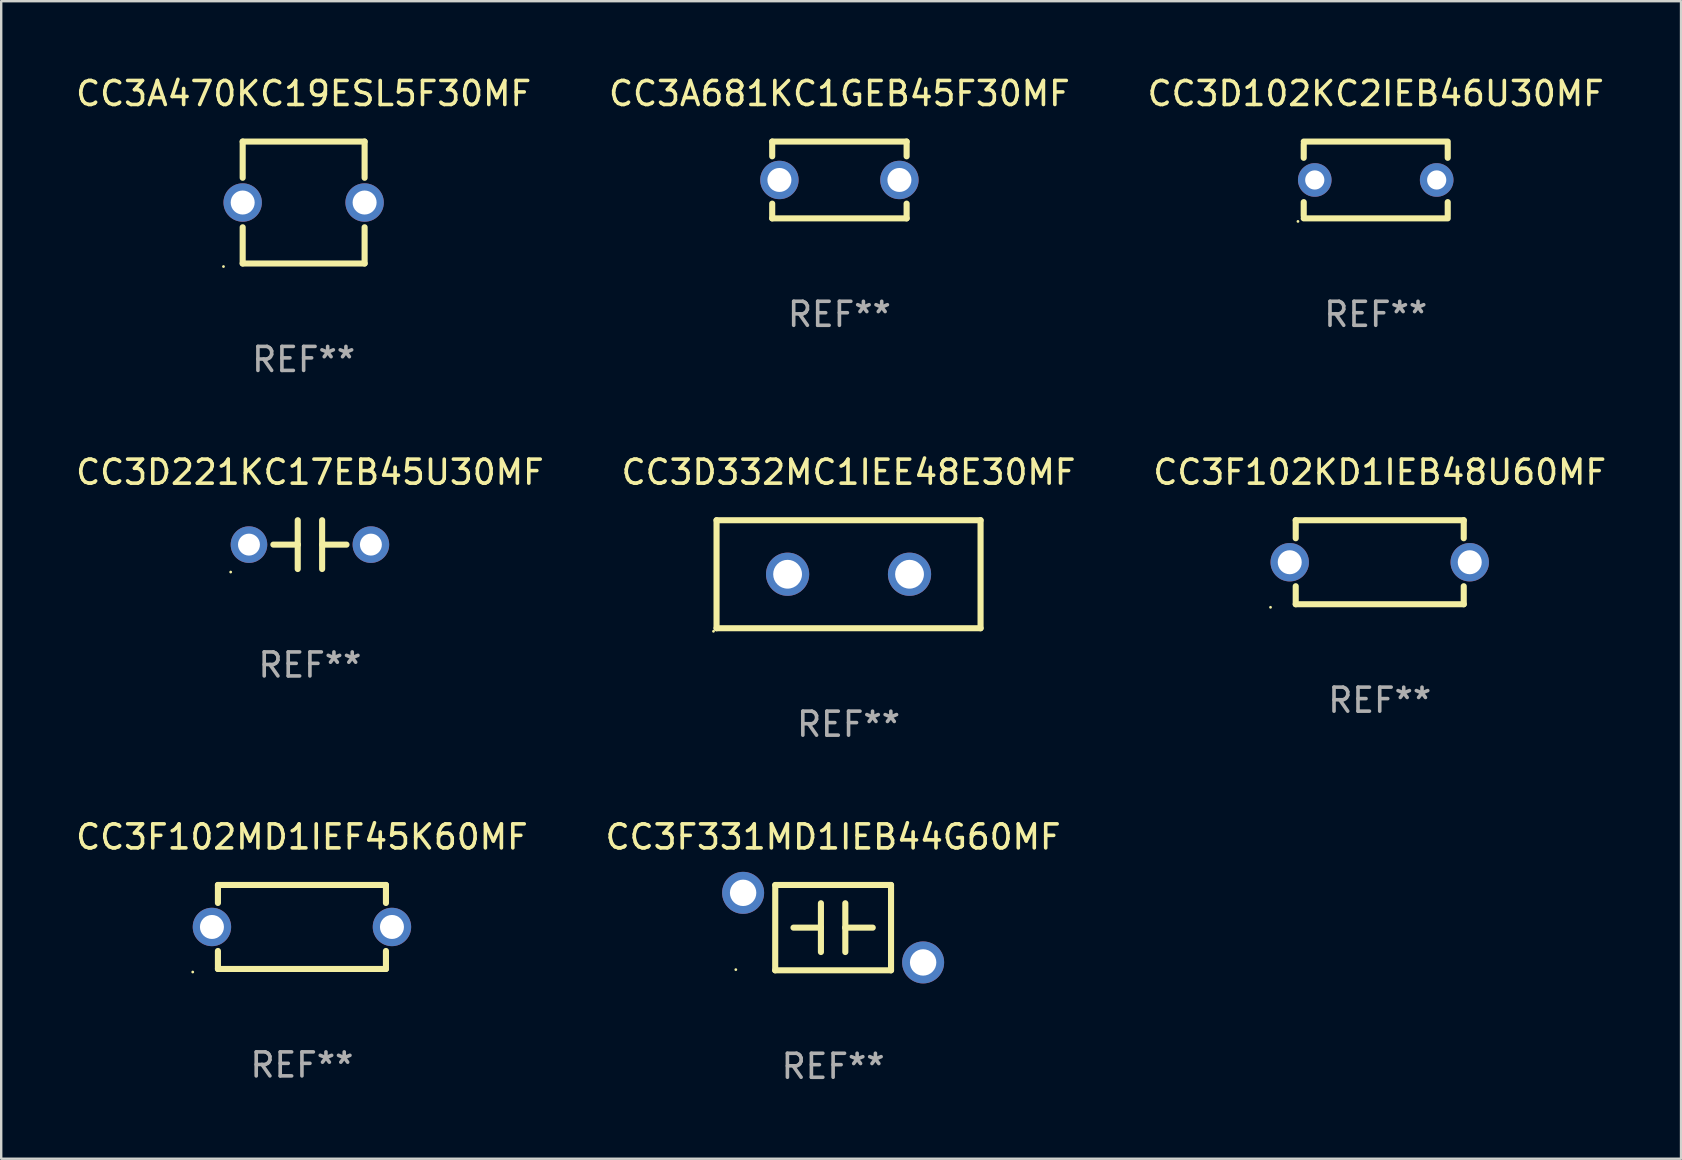
<source format=kicad_pcb>
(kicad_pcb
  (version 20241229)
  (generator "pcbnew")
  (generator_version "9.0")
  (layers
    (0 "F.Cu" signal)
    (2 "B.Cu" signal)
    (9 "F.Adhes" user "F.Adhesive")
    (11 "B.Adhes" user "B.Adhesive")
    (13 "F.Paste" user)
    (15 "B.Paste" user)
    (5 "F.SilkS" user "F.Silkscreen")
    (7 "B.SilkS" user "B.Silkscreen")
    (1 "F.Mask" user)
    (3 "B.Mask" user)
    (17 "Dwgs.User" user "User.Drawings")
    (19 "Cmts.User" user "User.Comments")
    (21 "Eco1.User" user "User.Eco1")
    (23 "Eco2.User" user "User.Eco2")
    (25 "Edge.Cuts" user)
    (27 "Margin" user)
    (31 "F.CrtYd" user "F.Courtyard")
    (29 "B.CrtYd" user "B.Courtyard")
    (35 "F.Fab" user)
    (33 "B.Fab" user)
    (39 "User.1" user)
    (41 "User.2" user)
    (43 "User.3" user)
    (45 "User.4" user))
  (footprint "CC3A681KC1GEB45F30MF"
    (layer "F.Cu")
    (at 31.923 4.448)
    (property "Reference" "CC3A681KC1GEB45F30MF" (at 0 -3.6 0) (layer "F.SilkS") (effects (font (size 1 1) (thickness 0.15))))
    (attr through_hole)
    (fp_line (start -2.8 -1.6) (end 2.8 -1.6) (stroke (width 0.254) (type solid)) (layer "F.SilkS"))
    (fp_line (start -2.8 -0.986) (end -2.8 -1.6) (stroke (width 0.254) (type solid)) (layer "F.SilkS"))
    (fp_line (start -2.8 1.6) (end -2.8 0.986) (stroke (width 0.254) (type solid)) (layer "F.SilkS"))
    (fp_line (start 2.8 -1.6) (end 2.8 -0.986) (stroke (width 0.254) (type solid)) (layer "F.SilkS"))
    (fp_line (start 2.8 0.986) (end 2.8 1.6) (stroke (width 0.254) (type solid)) (layer "F.SilkS"))
    (fp_line (start 2.8 1.6) (end -2.8 1.6) (stroke (width 0.254) (type solid)) (layer "F.SilkS"))
    (fp_circle (center -2.8 1.6) (end -2.77 1.6) (stroke (width 0.06) (type solid)) (fill no) (layer "F.SilkS"))
    (fp_text user "REF**" (at 0 5.6 0) (layer "F.Fab") (effects (font (size 1 1) (thickness 0.15))))
    (pad "1" thru_hole circle (at -2.5 0) (size 1.6 1.6) (drill 1) (layers "*.Cu" "*.Mask"))
    (pad "2" thru_hole circle (at 2.5 0) (size 1.6 1.6) (drill 1) (layers "*.Cu" "*.Mask")))
  (footprint "CC3F331MD1IEB44G60MF"
    (layer "F.Cu")
    (at 31.661 35.599)
    (property "Reference" "CC3F331MD1IEB44G60MF" (at 0 -3.778 0) (layer "F.SilkS") (effects (font (size 1 1) (thickness 0.15))))
    (attr through_hole)
    (fp_line (start -2.413 1.778) (end 2.413 1.778) (stroke (width 0.254) (type solid)) (layer "F.SilkS"))
    (fp_line (start -2.411 -1.765) (end -2.413 1.778) (stroke (width 0.254) (type solid)) (layer "F.SilkS"))
    (fp_line (start -0.508 -1.016) (end -0.508 1.016) (stroke (width 0.254) (type solid)) (layer "F.SilkS"))
    (fp_line (start -0.508 0) (end -1.651 0) (stroke (width 0.254) (type solid)) (layer "F.SilkS"))
    (fp_line (start -0.508 0.001) (end -0.508 0) (stroke (width 0.254) (type solid)) (layer "F.SilkS"))
    (fp_line (start 0.508 0) (end 1.651 0) (stroke (width 0.254) (type solid)) (layer "F.SilkS"))
    (fp_line (start 0.508 0.001) (end 0.508 0) (stroke (width 0.254) (type solid)) (layer "F.SilkS"))
    (fp_line (start 0.508 1.016) (end 0.508 -1.016) (stroke (width 0.254) (type solid)) (layer "F.SilkS"))
    (fp_line (start 2.413 -1.778) (end -2.413 -1.778) (stroke (width 0.254) (type solid)) (layer "F.SilkS"))
    (fp_line (start 2.413 1.778) (end 2.413 -1.778) (stroke (width 0.254) (type solid)) (layer "F.SilkS"))
    (fp_circle (center -4.054 1.75) (end -4.024 1.75) (stroke (width 0.06) (type solid)) (fill no) (layer "F.SilkS"))
    (fp_text user "REF**" (at 0 5.778 0) (layer "F.Fab") (effects (font (size 1 1) (thickness 0.15))))
    (pad "1" thru_hole circle (at -3.75 -1.45) (size 1.75 1.75) (drill 1.1) (layers "*.Cu" "*.Mask"))
    (pad "2" thru_hole circle (at 3.75 1.45) (size 1.75 1.75) (drill 1.1) (layers "*.Cu" "*.Mask")))
  (footprint "CC3F102KD1IEB48U60MF"
    (layer "F.Cu")
    (at 54.435 20.375)
    (property "Reference" "CC3F102KD1IEB48U60MF" (at 0 -3.75 0) (layer "F.SilkS") (effects (font (size 1 1) (thickness 0.15))))
    (attr through_hole)
    (fp_line (start -3.5 -1.75) (end -3.5 -1) (stroke (width 0.254) (type solid)) (layer "F.SilkS"))
    (fp_line (start -3.5 -1.75) (end 3.5 -1.75) (stroke (width 0.254) (type solid)) (layer "F.SilkS"))
    (fp_line (start -3.5 1) (end -3.5 1.75) (stroke (width 0.254) (type solid)) (layer "F.SilkS"))
    (fp_line (start 3.5 -1.75) (end 3.5 -1) (stroke (width 0.254) (type solid)) (layer "F.SilkS"))
    (fp_line (start 3.5 1) (end 3.5 1.75) (stroke (width 0.254) (type solid)) (layer "F.SilkS"))
    (fp_line (start 3.5 1.75) (end -3.5 1.75) (stroke (width 0.254) (type solid)) (layer "F.SilkS"))
    (fp_circle (center -4.55 1.877) (end -4.52 1.877) (stroke (width 0.06) (type solid)) (fill no) (layer "F.SilkS"))
    (fp_text user "REF**" (at 0 5.75 0) (layer "F.Fab") (effects (font (size 1 1) (thickness 0.15))))
    (pad "1" thru_hole circle (at -3.75 -0.000038) (size 1.6 1.6) (drill 1) (layers "*.Cu" "*.Mask"))
    (pad "2" thru_hole circle (at 3.75 -0.000038) (size 1.6 1.6) (drill 1) (layers "*.Cu" "*.Mask")))
  (footprint "CC3F102MD1IEF45K60MF"
    (layer "F.Cu")
    (at 9.53 35.571)
    (property "Reference" "CC3F102MD1IEF45K60MF" (at 0 -3.75 0) (layer "F.SilkS") (effects (font (size 1 1) (thickness 0.15))))
    (attr through_hole)
    (fp_line (start -3.5 -1.75) (end -3.5 -1) (stroke (width 0.254) (type solid)) (layer "F.SilkS"))
    (fp_line (start -3.5 -1.75) (end 3.5 -1.75) (stroke (width 0.254) (type solid)) (layer "F.SilkS"))
    (fp_line (start -3.5 1) (end -3.5 1.75) (stroke (width 0.254) (type solid)) (layer "F.SilkS"))
    (fp_line (start 3.5 -1.75) (end 3.5 -1) (stroke (width 0.254) (type solid)) (layer "F.SilkS"))
    (fp_line (start 3.5 1) (end 3.5 1.75) (stroke (width 0.254) (type solid)) (layer "F.SilkS"))
    (fp_line (start 3.5 1.75) (end -3.5 1.75) (stroke (width 0.254) (type solid)) (layer "F.SilkS"))
    (fp_circle (center -4.55 1.877) (end -4.52 1.877) (stroke (width 0.06) (type solid)) (fill no) (layer "F.SilkS"))
    (fp_text user "REF**" (at 0 5.75 0) (layer "F.Fab") (effects (font (size 1 1) (thickness 0.15))))
    (pad "1" thru_hole circle (at -3.75 -0.000038) (size 1.6 1.6) (drill 1) (layers "*.Cu" "*.Mask"))
    (pad "2" thru_hole circle (at 3.75 -0.000038) (size 1.6 1.6) (drill 1) (layers "*.Cu" "*.Mask")))
  (footprint "CC3D221KC17EB45U30MF"
    (layer "F.Cu")
    (at 9.863 19.641)
    (property "Reference" "CC3D221KC17EB45U30MF" (at 0 -3.016 0) (layer "F.SilkS") (effects (font (size 1 1) (thickness 0.15))))
    (attr through_hole)
    (fp_line (start -1.524 0) (end -0.508 0) (stroke (width 0.254) (type solid)) (layer "F.SilkS"))
    (fp_line (start -0.508 0) (end -0.508 -1.016) (stroke (width 0.254) (type solid)) (layer "F.SilkS"))
    (fp_line (start -0.508 0) (end -0.508 1.016) (stroke (width 0.254) (type solid)) (layer "F.SilkS"))
    (fp_line (start 0.508 -1.016) (end 0.508 1.016) (stroke (width 0.254) (type solid)) (layer "F.SilkS"))
    (fp_line (start 1.524 0) (end 0.508 0) (stroke (width 0.254) (type solid)) (layer "F.SilkS"))
    (fp_circle (center -3.302 1.143) (end -3.272 1.143) (stroke (width 0.06) (type solid)) (fill no) (layer "F.SilkS"))
    (fp_text user "REF**" (at 0 5.016 0) (layer "F.Fab") (effects (font (size 1 1) (thickness 0.15))))
    (pad "1" thru_hole circle (at -2.54 0) (size 1.524 1.524) (drill 0.914) (layers "*.Cu" "*.Mask"))
    (pad "2" thru_hole circle (at 2.54 0) (size 1.524 1.524) (drill 0.914) (layers "*.Cu" "*.Mask")))
  (footprint "CC3D332MC1IEE48E30MF"
    (layer "F.Cu")
    (at 32.304 20.875)
    (property "Reference" "CC3D332MC1IEE48E30MF" (at 0 -4.25 0) (layer "F.SilkS") (effects (font (size 1 1) (thickness 0.15))))
    (attr through_hole)
    (fp_line (start -5.5 -2.25) (end 5.5 -2.25) (stroke (width 0.254) (type solid)) (layer "F.SilkS"))
    (fp_line (start -5.5 2.25) (end -5.5 -2.25) (stroke (width 0.254) (type solid)) (layer "F.SilkS"))
    (fp_line (start 5.5 -2.25) (end 5.5 2.25) (stroke (width 0.254) (type solid)) (layer "F.SilkS"))
    (fp_line (start 5.5 2.25) (end -5.5 2.25) (stroke (width 0.254) (type solid)) (layer "F.SilkS"))
    (fp_circle (center -5.627 2.377) (end -5.597 2.377) (stroke (width 0.06) (type solid)) (fill no) (layer "F.SilkS"))
    (fp_text user "REF**" (at 0 6.25 0) (layer "F.Fab") (effects (font (size 1 1) (thickness 0.15))))
    (pad "1" thru_hole circle (at -2.54 0) (size 1.8 1.8) (drill 1.2) (layers "*.Cu" "*.Mask"))
    (pad "2" thru_hole circle (at 2.54 0) (size 1.8 1.8) (drill 1.2) (layers "*.Cu" "*.Mask")))
  (footprint "CC3D102KC2IEB46U30MF"
    (layer "F.Cu")
    (at 54.268 4.448)
    (property "Reference" "CC3D102KC2IEB46U30MF" (at 0 -3.6 0) (layer "F.SilkS") (effects (font (size 1 1) (thickness 0.15))))
    (attr through_hole)
    (fp_line (start -3 -1.6) (end 3 -1.6) (stroke (width 0.254) (type solid)) (layer "F.SilkS"))
    (fp_line (start -3 -1.5) (end -3 -0.923) (stroke (width 0.254) (type solid)) (layer "F.SilkS"))
    (fp_line (start -3 0.923) (end -3 1.5) (stroke (width 0.254) (type solid)) (layer "F.SilkS"))
    (fp_line (start 3 -1.5) (end 3 -0.923) (stroke (width 0.254) (type solid)) (layer "F.SilkS"))
    (fp_line (start 3 0.923) (end 3 1.5) (stroke (width 0.254) (type solid)) (layer "F.SilkS"))
    (fp_line (start 3 1.6) (end -3 1.6) (stroke (width 0.254) (type solid)) (layer "F.SilkS"))
    (fp_circle (center -3.24 1.727) (end -3.21 1.727) (stroke (width 0.06) (type solid)) (fill no) (layer "F.SilkS"))
    (fp_text user "REF**" (at 0 5.6 0) (layer "F.Fab") (effects (font (size 1 1) (thickness 0.15))))
    (pad "1" thru_hole circle (at -2.54 0) (size 1.4 1.4) (drill 0.8) (layers "*.Cu" "*.Mask"))
    (pad "2" thru_hole circle (at 2.54 0) (size 1.4 1.4) (drill 0.8) (layers "*.Cu" "*.Mask")))
  (footprint "CC3A470KC19ESL5F30MF"
    (layer "F.Cu")
    (at 9.601 5.388)
    (property "Reference" "CC3A470KC19ESL5F30MF" (at 0 -4.54 0) (layer "F.SilkS") (effects (font (size 1 1) (thickness 0.15))))
    (attr through_hole)
    (fp_line (start -2.54 -2.54) (end 2.54 -2.54) (stroke (width 0.254) (type solid)) (layer "F.SilkS"))
    (fp_line (start -2.54 -1.031) (end -2.54 -2.54) (stroke (width 0.254) (type solid)) (layer "F.SilkS"))
    (fp_line (start -2.54 2.54) (end -2.54 1.031) (stroke (width 0.254) (type solid)) (layer "F.SilkS"))
    (fp_line (start 2.54 -2.54) (end 2.54 -1.031) (stroke (width 0.254) (type solid)) (layer "F.SilkS"))
    (fp_line (start 2.54 1.031) (end 2.54 2.54) (stroke (width 0.254) (type solid)) (layer "F.SilkS"))
    (fp_line (start 2.54 2.54) (end -2.54 2.54) (stroke (width 0.254) (type solid)) (layer "F.SilkS"))
    (fp_circle (center -3.34 2.667) (end -3.31 2.667) (stroke (width 0.06) (type solid)) (fill no) (layer "F.SilkS"))
    (fp_text user "REF**" (at 0 6.54 0) (layer "F.Fab") (effects (font (size 1 1) (thickness 0.15))))
    (pad "1" thru_hole circle (at -2.54 0) (size 1.6 1.6) (drill 1) (layers "*.Cu" "*.Mask"))
    (pad "2" thru_hole circle (at 2.54 0) (size 1.6 1.6) (drill 1) (layers "*.Cu" "*.Mask")))
  (gr_rect
    (start -3 -3)
    (end 66.988 45.226)
    (stroke (width 0.1) (type default))
    (fill no)
    (layer "Edge.Cuts")))
</source>
